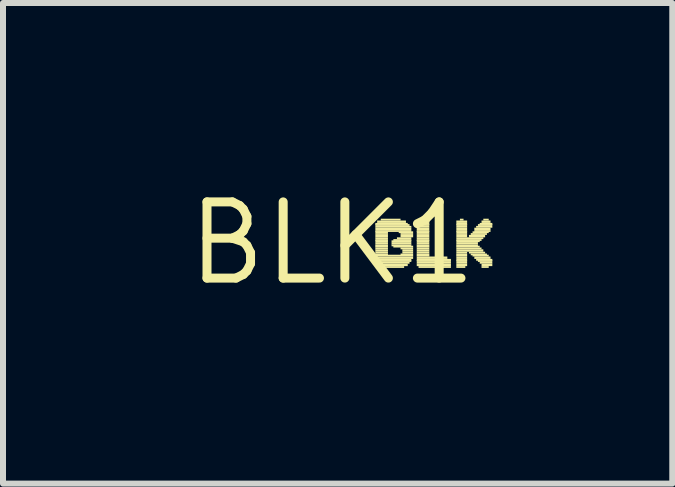
<source format=kicad_pcb>
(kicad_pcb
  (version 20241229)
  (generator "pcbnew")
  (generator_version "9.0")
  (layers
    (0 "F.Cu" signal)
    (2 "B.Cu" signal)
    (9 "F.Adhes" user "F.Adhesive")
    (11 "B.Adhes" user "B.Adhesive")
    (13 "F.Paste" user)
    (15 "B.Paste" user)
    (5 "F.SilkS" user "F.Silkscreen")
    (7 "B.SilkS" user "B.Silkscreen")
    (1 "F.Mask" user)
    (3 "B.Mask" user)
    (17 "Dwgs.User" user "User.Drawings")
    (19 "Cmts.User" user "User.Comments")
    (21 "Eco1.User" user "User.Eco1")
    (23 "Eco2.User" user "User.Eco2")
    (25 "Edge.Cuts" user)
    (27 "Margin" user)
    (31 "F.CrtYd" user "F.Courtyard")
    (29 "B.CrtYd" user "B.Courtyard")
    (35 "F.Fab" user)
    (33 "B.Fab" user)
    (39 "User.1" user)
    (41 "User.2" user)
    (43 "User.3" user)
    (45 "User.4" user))
  (footprint "BLK1"
    (layer "F.Cu")
    (at 2.487 1.006)
    (property "Reference" "BLK1" (at 0 0 0) (layer "F.SilkS") (effects (font (size 1.27 1.27) (thickness 0.15))))
    (fp_poly (pts (xy 0.72 -0.31) (xy 1.26 -0.31) (xy 1.26 -0.34) (xy 0.72 -0.34)) (stroke (width 0) (type solid)) (fill yes) (layer "F.SilkS"))
    (fp_poly (pts (xy 0.72 -0.29) (xy 1.29 -0.29) (xy 1.29 -0.32) (xy 0.72 -0.32)) (stroke (width 0) (type solid)) (fill yes) (layer "F.SilkS"))
    (fp_poly (pts (xy 0.72 -0.26) (xy 1.32 -0.26) (xy 1.32 -0.29) (xy 0.72 -0.29)) (stroke (width 0) (type solid)) (fill yes) (layer "F.SilkS"))
    (fp_poly (pts (xy 0.72 -0.22) (xy 1.32 -0.22) (xy 1.32 -0.26) (xy 0.72 -0.26)) (stroke (width 0) (type solid)) (fill yes) (layer "F.SilkS"))
    (fp_poly (pts (xy 0.72 -0.19) (xy 1.32 -0.19) (xy 1.32 -0.22) (xy 0.72 -0.22)) (stroke (width 0) (type solid)) (fill yes) (layer "F.SilkS"))
    (fp_poly (pts (xy 0.72 -0.17) (xy 0.93 -0.17) (xy 0.93 -0.2) (xy 0.72 -0.2)) (stroke (width 0) (type solid)) (fill yes) (layer "F.SilkS"))
    (fp_poly (pts (xy 0.72 -0.14) (xy 0.93 -0.14) (xy 0.93 -0.17) (xy 0.72 -0.17)) (stroke (width 0) (type solid)) (fill yes) (layer "F.SilkS"))
    (fp_poly (pts (xy 0.72 -0.1) (xy 0.93 -0.1) (xy 0.93 -0.14) (xy 0.72 -0.14)) (stroke (width 0) (type solid)) (fill yes) (layer "F.SilkS"))
    (fp_poly (pts (xy 0.72 -0.07) (xy 0.93 -0.07) (xy 0.93 -0.1) (xy 0.72 -0.1)) (stroke (width 0) (type solid)) (fill yes) (layer "F.SilkS"))
    (fp_poly (pts (xy 0.72 -0.04) (xy 0.93 -0.04) (xy 0.93 -0.07) (xy 0.72 -0.07)) (stroke (width 0) (type solid)) (fill yes) (layer "F.SilkS"))
    (fp_poly (pts (xy 0.72 -0.02) (xy 0.93 -0.02) (xy 0.93 -0.05) (xy 0.72 -0.05)) (stroke (width 0) (type solid)) (fill yes) (layer "F.SilkS"))
    (fp_poly (pts (xy 0.72 0.02) (xy 0.93 0.02) (xy 0.93 -0.02) (xy 0.72 -0.02)) (stroke (width 0) (type solid)) (fill yes) (layer "F.SilkS"))
    (fp_poly (pts (xy 0.72 0.05) (xy 0.93 0.05) (xy 0.93 0.02) (xy 0.72 0.02)) (stroke (width 0) (type solid)) (fill yes) (layer "F.SilkS"))
    (fp_poly (pts (xy 0.72 0.07) (xy 0.93 0.07) (xy 0.93 0.04) (xy 0.72 0.04)) (stroke (width 0) (type solid)) (fill yes) (layer "F.SilkS"))
    (fp_poly (pts (xy 0.72 0.1) (xy 0.93 0.1) (xy 0.93 0.07) (xy 0.72 0.07)) (stroke (width 0) (type solid)) (fill yes) (layer "F.SilkS"))
    (fp_poly (pts (xy 0.72 0.14) (xy 0.93 0.14) (xy 0.93 0.1) (xy 0.72 0.1)) (stroke (width 0) (type solid)) (fill yes) (layer "F.SilkS"))
    (fp_poly (pts (xy 0.72 0.17) (xy 0.93 0.17) (xy 0.93 0.14) (xy 0.72 0.14)) (stroke (width 0) (type solid)) (fill yes) (layer "F.SilkS"))
    (fp_poly (pts (xy 0.72 0.2) (xy 0.93 0.2) (xy 0.93 0.17) (xy 0.72 0.17)) (stroke (width 0) (type solid)) (fill yes) (layer "F.SilkS"))
    (fp_poly (pts (xy 0.72 0.22) (xy 1.35 0.22) (xy 1.35 0.19) (xy 0.72 0.19)) (stroke (width 0) (type solid)) (fill yes) (layer "F.SilkS"))
    (fp_poly (pts (xy 0.72 0.26) (xy 1.35 0.26) (xy 1.35 0.22) (xy 0.72 0.22)) (stroke (width 0) (type solid)) (fill yes) (layer "F.SilkS"))
    (fp_poly (pts (xy 0.72 0.29) (xy 1.32 0.29) (xy 1.32 0.26) (xy 0.72 0.26)) (stroke (width 0) (type solid)) (fill yes) (layer "F.SilkS"))
    (fp_poly (pts (xy 0.72 0.31) (xy 1.32 0.31) (xy 1.32 0.28) (xy 0.72 0.28)) (stroke (width 0) (type solid)) (fill yes) (layer "F.SilkS"))
    (fp_poly (pts (xy 0.72 0.34) (xy 1.29 0.34) (xy 1.29 0.31) (xy 0.72 0.31)) (stroke (width 0) (type solid)) (fill yes) (layer "F.SilkS"))
    (fp_poly (pts (xy 0.72 0.38) (xy 1.26 0.38) (xy 1.26 0.34) (xy 0.72 0.34)) (stroke (width 0) (type solid)) (fill yes) (layer "F.SilkS"))
    (fp_poly (pts (xy 0.75 -0.34) (xy 1.23 -0.34) (xy 1.23 -0.38) (xy 0.75 -0.38)) (stroke (width 0) (type solid)) (fill yes) (layer "F.SilkS"))
    (fp_poly (pts (xy 0.75 0.41) (xy 1.2 0.41) (xy 1.2 0.38) (xy 0.75 0.38)) (stroke (width 0) (type solid)) (fill yes) (layer "F.SilkS"))
    (fp_poly (pts (xy 0.81 -0.38) (xy 1.14 -0.38) (xy 1.14 -0.41) (xy 0.81 -0.41)) (stroke (width 0) (type solid)) (fill yes) (layer "F.SilkS"))
    (fp_poly (pts (xy 0.99 -0.02) (xy 1.32 -0.02) (xy 1.32 -0.05) (xy 0.99 -0.05)) (stroke (width 0) (type solid)) (fill yes) (layer "F.SilkS"))
    (fp_poly (pts (xy 0.99 0.02) (xy 1.32 0.02) (xy 1.32 -0.02) (xy 0.99 -0.02)) (stroke (width 0) (type solid)) (fill yes) (layer "F.SilkS"))
    (fp_poly (pts (xy 0.99 0.05) (xy 1.32 0.05) (xy 1.32 0.02) (xy 0.99 0.02)) (stroke (width 0) (type solid)) (fill yes) (layer "F.SilkS"))
    (fp_poly (pts (xy 1.02 -0.04) (xy 1.32 -0.04) (xy 1.32 -0.07) (xy 1.02 -0.07)) (stroke (width 0) (type solid)) (fill yes) (layer "F.SilkS"))
    (fp_poly (pts (xy 1.02 0.07) (xy 1.35 0.07) (xy 1.35 0.04) (xy 1.02 0.04)) (stroke (width 0) (type solid)) (fill yes) (layer "F.SilkS"))
    (fp_poly (pts (xy 1.08 -0.07) (xy 1.32 -0.07) (xy 1.32 -0.1) (xy 1.08 -0.1)) (stroke (width 0) (type solid)) (fill yes) (layer "F.SilkS"))
    (fp_poly (pts (xy 1.11 -0.17) (xy 1.35 -0.17) (xy 1.35 -0.2) (xy 1.11 -0.2)) (stroke (width 0) (type solid)) (fill yes) (layer "F.SilkS"))
    (fp_poly (pts (xy 1.14 -0.14) (xy 1.35 -0.14) (xy 1.35 -0.17) (xy 1.14 -0.17)) (stroke (width 0) (type solid)) (fill yes) (layer "F.SilkS"))
    (fp_poly (pts (xy 1.14 -0.1) (xy 1.35 -0.1) (xy 1.35 -0.14) (xy 1.14 -0.14)) (stroke (width 0) (type solid)) (fill yes) (layer "F.SilkS"))
    (fp_poly (pts (xy 1.14 0.1) (xy 1.35 0.1) (xy 1.35 0.07) (xy 1.14 0.07)) (stroke (width 0) (type solid)) (fill yes) (layer "F.SilkS"))
    (fp_poly (pts (xy 1.14 0.2) (xy 1.35 0.2) (xy 1.35 0.17) (xy 1.14 0.17)) (stroke (width 0) (type solid)) (fill yes) (layer "F.SilkS"))
    (fp_poly (pts (xy 1.17 0.14) (xy 1.35 0.14) (xy 1.35 0.1) (xy 1.17 0.1)) (stroke (width 0) (type solid)) (fill yes) (layer "F.SilkS"))
    (fp_poly (pts (xy 1.17 0.17) (xy 1.35 0.17) (xy 1.35 0.14) (xy 1.17 0.14)) (stroke (width 0) (type solid)) (fill yes) (layer "F.SilkS"))
    (fp_poly (pts (xy 1.41 -0.31) (xy 1.62 -0.31) (xy 1.62 -0.34) (xy 1.41 -0.34)) (stroke (width 0) (type solid)) (fill yes) (layer "F.SilkS"))
    (fp_poly (pts (xy 1.41 -0.29) (xy 1.62 -0.29) (xy 1.62 -0.32) (xy 1.41 -0.32)) (stroke (width 0) (type solid)) (fill yes) (layer "F.SilkS"))
    (fp_poly (pts (xy 1.41 -0.26) (xy 1.62 -0.26) (xy 1.62 -0.29) (xy 1.41 -0.29)) (stroke (width 0) (type solid)) (fill yes) (layer "F.SilkS"))
    (fp_poly (pts (xy 1.41 -0.22) (xy 1.62 -0.22) (xy 1.62 -0.26) (xy 1.41 -0.26)) (stroke (width 0) (type solid)) (fill yes) (layer "F.SilkS"))
    (fp_poly (pts (xy 1.41 -0.19) (xy 1.62 -0.19) (xy 1.62 -0.22) (xy 1.41 -0.22)) (stroke (width 0) (type solid)) (fill yes) (layer "F.SilkS"))
    (fp_poly (pts (xy 1.41 -0.17) (xy 1.62 -0.17) (xy 1.62 -0.2) (xy 1.41 -0.2)) (stroke (width 0) (type solid)) (fill yes) (layer "F.SilkS"))
    (fp_poly (pts (xy 1.41 -0.14) (xy 1.62 -0.14) (xy 1.62 -0.17) (xy 1.41 -0.17)) (stroke (width 0) (type solid)) (fill yes) (layer "F.SilkS"))
    (fp_poly (pts (xy 1.41 -0.1) (xy 1.62 -0.1) (xy 1.62 -0.14) (xy 1.41 -0.14)) (stroke (width 0) (type solid)) (fill yes) (layer "F.SilkS"))
    (fp_poly (pts (xy 1.41 -0.07) (xy 1.62 -0.07) (xy 1.62 -0.1) (xy 1.41 -0.1)) (stroke (width 0) (type solid)) (fill yes) (layer "F.SilkS"))
    (fp_poly (pts (xy 1.41 -0.04) (xy 1.62 -0.04) (xy 1.62 -0.07) (xy 1.41 -0.07)) (stroke (width 0) (type solid)) (fill yes) (layer "F.SilkS"))
    (fp_poly (pts (xy 1.41 -0.02) (xy 1.62 -0.02) (xy 1.62 -0.05) (xy 1.41 -0.05)) (stroke (width 0) (type solid)) (fill yes) (layer "F.SilkS"))
    (fp_poly (pts (xy 1.41 0.02) (xy 1.62 0.02) (xy 1.62 -0.02) (xy 1.41 -0.02)) (stroke (width 0) (type solid)) (fill yes) (layer "F.SilkS"))
    (fp_poly (pts (xy 1.41 0.05) (xy 1.62 0.05) (xy 1.62 0.02) (xy 1.41 0.02)) (stroke (width 0) (type solid)) (fill yes) (layer "F.SilkS"))
    (fp_poly (pts (xy 1.41 0.07) (xy 1.62 0.07) (xy 1.62 0.04) (xy 1.41 0.04)) (stroke (width 0) (type solid)) (fill yes) (layer "F.SilkS"))
    (fp_poly (pts (xy 1.41 0.1) (xy 1.62 0.1) (xy 1.62 0.07) (xy 1.41 0.07)) (stroke (width 0) (type solid)) (fill yes) (layer "F.SilkS"))
    (fp_poly (pts (xy 1.41 0.14) (xy 1.62 0.14) (xy 1.62 0.1) (xy 1.41 0.1)) (stroke (width 0) (type solid)) (fill yes) (layer "F.SilkS"))
    (fp_poly (pts (xy 1.41 0.17) (xy 1.62 0.17) (xy 1.62 0.14) (xy 1.41 0.14)) (stroke (width 0) (type solid)) (fill yes) (layer "F.SilkS"))
    (fp_poly (pts (xy 1.41 0.2) (xy 1.62 0.2) (xy 1.62 0.17) (xy 1.41 0.17)) (stroke (width 0) (type solid)) (fill yes) (layer "F.SilkS"))
    (fp_poly (pts (xy 1.41 0.22) (xy 1.62 0.22) (xy 1.62 0.19) (xy 1.41 0.19)) (stroke (width 0) (type solid)) (fill yes) (layer "F.SilkS"))
    (fp_poly (pts (xy 1.41 0.26) (xy 1.92 0.26) (xy 1.92 0.22) (xy 1.41 0.22)) (stroke (width 0) (type solid)) (fill yes) (layer "F.SilkS"))
    (fp_poly (pts (xy 1.41 0.29) (xy 1.98 0.29) (xy 1.98 0.26) (xy 1.41 0.26)) (stroke (width 0) (type solid)) (fill yes) (layer "F.SilkS"))
    (fp_poly (pts (xy 1.41 0.31) (xy 1.98 0.31) (xy 1.98 0.28) (xy 1.41 0.28)) (stroke (width 0) (type solid)) (fill yes) (layer "F.SilkS"))
    (fp_poly (pts (xy 1.41 0.34) (xy 1.98 0.34) (xy 1.98 0.31) (xy 1.41 0.31)) (stroke (width 0) (type solid)) (fill yes) (layer "F.SilkS"))
    (fp_poly (pts (xy 1.41 0.38) (xy 1.98 0.38) (xy 1.98 0.34) (xy 1.41 0.34)) (stroke (width 0) (type solid)) (fill yes) (layer "F.SilkS"))
    (fp_poly (pts (xy 1.44 -0.34) (xy 1.62 -0.34) (xy 1.62 -0.38) (xy 1.44 -0.38)) (stroke (width 0) (type solid)) (fill yes) (layer "F.SilkS"))
    (fp_poly (pts (xy 1.44 0.41) (xy 1.98 0.41) (xy 1.98 0.38) (xy 1.44 0.38)) (stroke (width 0) (type solid)) (fill yes) (layer "F.SilkS"))
    (fp_poly (pts (xy 1.5 -0.38) (xy 1.53 -0.38) (xy 1.53 -0.41) (xy 1.5 -0.41)) (stroke (width 0) (type solid)) (fill yes) (layer "F.SilkS"))
    (fp_poly (pts (xy 2.07 -0.34) (xy 2.25 -0.34) (xy 2.25 -0.38) (xy 2.07 -0.38)) (stroke (width 0) (type solid)) (fill yes) (layer "F.SilkS"))
    (fp_poly (pts (xy 2.07 -0.31) (xy 2.25 -0.31) (xy 2.25 -0.34) (xy 2.07 -0.34)) (stroke (width 0) (type solid)) (fill yes) (layer "F.SilkS"))
    (fp_poly (pts (xy 2.07 -0.29) (xy 2.25 -0.29) (xy 2.25 -0.32) (xy 2.07 -0.32)) (stroke (width 0) (type solid)) (fill yes) (layer "F.SilkS"))
    (fp_poly (pts (xy 2.07 -0.26) (xy 2.25 -0.26) (xy 2.25 -0.29) (xy 2.07 -0.29)) (stroke (width 0) (type solid)) (fill yes) (layer "F.SilkS"))
    (fp_poly (pts (xy 2.07 -0.22) (xy 2.25 -0.22) (xy 2.25 -0.26) (xy 2.07 -0.26)) (stroke (width 0) (type solid)) (fill yes) (layer "F.SilkS"))
    (fp_poly (pts (xy 2.07 -0.19) (xy 2.25 -0.19) (xy 2.25 -0.22) (xy 2.07 -0.22)) (stroke (width 0) (type solid)) (fill yes) (layer "F.SilkS"))
    (fp_poly (pts (xy 2.07 -0.17) (xy 2.25 -0.17) (xy 2.25 -0.2) (xy 2.07 -0.2)) (stroke (width 0) (type solid)) (fill yes) (layer "F.SilkS"))
    (fp_poly (pts (xy 2.07 -0.14) (xy 2.25 -0.14) (xy 2.25 -0.17) (xy 2.07 -0.17)) (stroke (width 0) (type solid)) (fill yes) (layer "F.SilkS"))
    (fp_poly (pts (xy 2.07 -0.1) (xy 2.25 -0.1) (xy 2.25 -0.14) (xy 2.07 -0.14)) (stroke (width 0) (type solid)) (fill yes) (layer "F.SilkS"))
    (fp_poly (pts (xy 2.07 -0.07) (xy 2.52 -0.07) (xy 2.52 -0.1) (xy 2.07 -0.1)) (stroke (width 0) (type solid)) (fill yes) (layer "F.SilkS"))
    (fp_poly (pts (xy 2.07 -0.04) (xy 2.49 -0.04) (xy 2.49 -0.07) (xy 2.07 -0.07)) (stroke (width 0) (type solid)) (fill yes) (layer "F.SilkS"))
    (fp_poly (pts (xy 2.07 -0.02) (xy 2.46 -0.02) (xy 2.46 -0.05) (xy 2.07 -0.05)) (stroke (width 0) (type solid)) (fill yes) (layer "F.SilkS"))
    (fp_poly (pts (xy 2.07 0.02) (xy 2.43 0.02) (xy 2.43 -0.02) (xy 2.07 -0.02)) (stroke (width 0) (type solid)) (fill yes) (layer "F.SilkS"))
    (fp_poly (pts (xy 2.07 0.05) (xy 2.43 0.05) (xy 2.43 0.02) (xy 2.07 0.02)) (stroke (width 0) (type solid)) (fill yes) (layer "F.SilkS"))
    (fp_poly (pts (xy 2.07 0.07) (xy 2.46 0.07) (xy 2.46 0.04) (xy 2.07 0.04)) (stroke (width 0) (type solid)) (fill yes) (layer "F.SilkS"))
    (fp_poly (pts (xy 2.07 0.1) (xy 2.49 0.1) (xy 2.49 0.07) (xy 2.07 0.07)) (stroke (width 0) (type solid)) (fill yes) (layer "F.SilkS"))
    (fp_poly (pts (xy 2.07 0.14) (xy 2.52 0.14) (xy 2.52 0.1) (xy 2.07 0.1)) (stroke (width 0) (type solid)) (fill yes) (layer "F.SilkS"))
    (fp_poly (pts (xy 2.07 0.17) (xy 2.25 0.17) (xy 2.25 0.14) (xy 2.07 0.14)) (stroke (width 0) (type solid)) (fill yes) (layer "F.SilkS"))
    (fp_poly (pts (xy 2.07 0.2) (xy 2.25 0.2) (xy 2.25 0.17) (xy 2.07 0.17)) (stroke (width 0) (type solid)) (fill yes) (layer "F.SilkS"))
    (fp_poly (pts (xy 2.07 0.22) (xy 2.25 0.22) (xy 2.25 0.19) (xy 2.07 0.19)) (stroke (width 0) (type solid)) (fill yes) (layer "F.SilkS"))
    (fp_poly (pts (xy 2.07 0.26) (xy 2.25 0.26) (xy 2.25 0.22) (xy 2.07 0.22)) (stroke (width 0) (type solid)) (fill yes) (layer "F.SilkS"))
    (fp_poly (pts (xy 2.07 0.29) (xy 2.25 0.29) (xy 2.25 0.26) (xy 2.07 0.26)) (stroke (width 0) (type solid)) (fill yes) (layer "F.SilkS"))
    (fp_poly (pts (xy 2.07 0.31) (xy 2.25 0.31) (xy 2.25 0.28) (xy 2.07 0.28)) (stroke (width 0) (type solid)) (fill yes) (layer "F.SilkS"))
    (fp_poly (pts (xy 2.07 0.34) (xy 2.25 0.34) (xy 2.25 0.31) (xy 2.07 0.31)) (stroke (width 0) (type solid)) (fill yes) (layer "F.SilkS"))
    (fp_poly (pts (xy 2.07 0.38) (xy 2.25 0.38) (xy 2.25 0.34) (xy 2.07 0.34)) (stroke (width 0) (type solid)) (fill yes) (layer "F.SilkS"))
    (fp_poly (pts (xy 2.07 0.41) (xy 2.22 0.41) (xy 2.22 0.38) (xy 2.07 0.38)) (stroke (width 0) (type solid)) (fill yes) (layer "F.SilkS"))
    (fp_poly (pts (xy 2.13 -0.38) (xy 2.19 -0.38) (xy 2.19 -0.41) (xy 2.13 -0.41)) (stroke (width 0) (type solid)) (fill yes) (layer "F.SilkS"))
    (fp_poly (pts (xy 2.28 -0.1) (xy 2.55 -0.1) (xy 2.55 -0.14) (xy 2.28 -0.14)) (stroke (width 0) (type solid)) (fill yes) (layer "F.SilkS"))
    (fp_poly (pts (xy 2.28 0.17) (xy 2.55 0.17) (xy 2.55 0.14) (xy 2.28 0.14)) (stroke (width 0) (type solid)) (fill yes) (layer "F.SilkS"))
    (fp_poly (pts (xy 2.31 -0.14) (xy 2.58 -0.14) (xy 2.58 -0.17) (xy 2.31 -0.17)) (stroke (width 0) (type solid)) (fill yes) (layer "F.SilkS"))
    (fp_poly (pts (xy 2.31 0.2) (xy 2.58 0.2) (xy 2.58 0.17) (xy 2.31 0.17)) (stroke (width 0) (type solid)) (fill yes) (layer "F.SilkS"))
    (fp_poly (pts (xy 2.34 -0.17) (xy 2.61 -0.17) (xy 2.61 -0.2) (xy 2.34 -0.2)) (stroke (width 0) (type solid)) (fill yes) (layer "F.SilkS"))
    (fp_poly (pts (xy 2.34 0.22) (xy 2.61 0.22) (xy 2.61 0.19) (xy 2.34 0.19)) (stroke (width 0) (type solid)) (fill yes) (layer "F.SilkS"))
    (fp_poly (pts (xy 2.37 -0.22) (xy 2.64 -0.22) (xy 2.64 -0.26) (xy 2.37 -0.26)) (stroke (width 0) (type solid)) (fill yes) (layer "F.SilkS"))
    (fp_poly (pts (xy 2.37 -0.19) (xy 2.64 -0.19) (xy 2.64 -0.22) (xy 2.37 -0.22)) (stroke (width 0) (type solid)) (fill yes) (layer "F.SilkS"))
    (fp_poly (pts (xy 2.37 0.26) (xy 2.64 0.26) (xy 2.64 0.22) (xy 2.37 0.22)) (stroke (width 0) (type solid)) (fill yes) (layer "F.SilkS"))
    (fp_poly (pts (xy 2.4 -0.26) (xy 2.67 -0.26) (xy 2.67 -0.29) (xy 2.4 -0.29)) (stroke (width 0) (type solid)) (fill yes) (layer "F.SilkS"))
    (fp_poly (pts (xy 2.4 0.29) (xy 2.67 0.29) (xy 2.67 0.26) (xy 2.4 0.26)) (stroke (width 0) (type solid)) (fill yes) (layer "F.SilkS"))
    (fp_poly (pts (xy 2.43 -0.29) (xy 2.67 -0.29) (xy 2.67 -0.32) (xy 2.43 -0.32)) (stroke (width 0) (type solid)) (fill yes) (layer "F.SilkS"))
    (fp_poly (pts (xy 2.43 0.31) (xy 2.67 0.31) (xy 2.67 0.28) (xy 2.43 0.28)) (stroke (width 0) (type solid)) (fill yes) (layer "F.SilkS"))
    (fp_poly (pts (xy 2.46 -0.31) (xy 2.67 -0.31) (xy 2.67 -0.34) (xy 2.46 -0.34)) (stroke (width 0) (type solid)) (fill yes) (layer "F.SilkS"))
    (fp_poly (pts (xy 2.46 0.34) (xy 2.67 0.34) (xy 2.67 0.31) (xy 2.46 0.31)) (stroke (width 0) (type solid)) (fill yes) (layer "F.SilkS"))
    (fp_poly (pts (xy 2.49 -0.34) (xy 2.64 -0.34) (xy 2.64 -0.38) (xy 2.49 -0.38)) (stroke (width 0) (type solid)) (fill yes) (layer "F.SilkS"))
    (fp_poly (pts (xy 2.49 0.38) (xy 2.67 0.38) (xy 2.67 0.34) (xy 2.49 0.34)) (stroke (width 0) (type solid)) (fill yes) (layer "F.SilkS"))
    (fp_poly (pts (xy 2.49 0.41) (xy 2.61 0.41) (xy 2.61 0.38) (xy 2.49 0.38)) (stroke (width 0) (type solid)) (fill yes) (layer "F.SilkS"))
    (fp_poly (pts (xy 2.52 -0.38) (xy 2.61 -0.38) (xy 2.61 -0.41) (xy 2.52 -0.41)) (stroke (width 0) (type solid)) (fill yes) (layer "F.SilkS")))
  (gr_rect
    (start -3 -3)
    (end 8.157 5.012)
    (stroke (width 0.1) (type default))
    (fill no)
    (layer "Edge.Cuts")))
</source>
